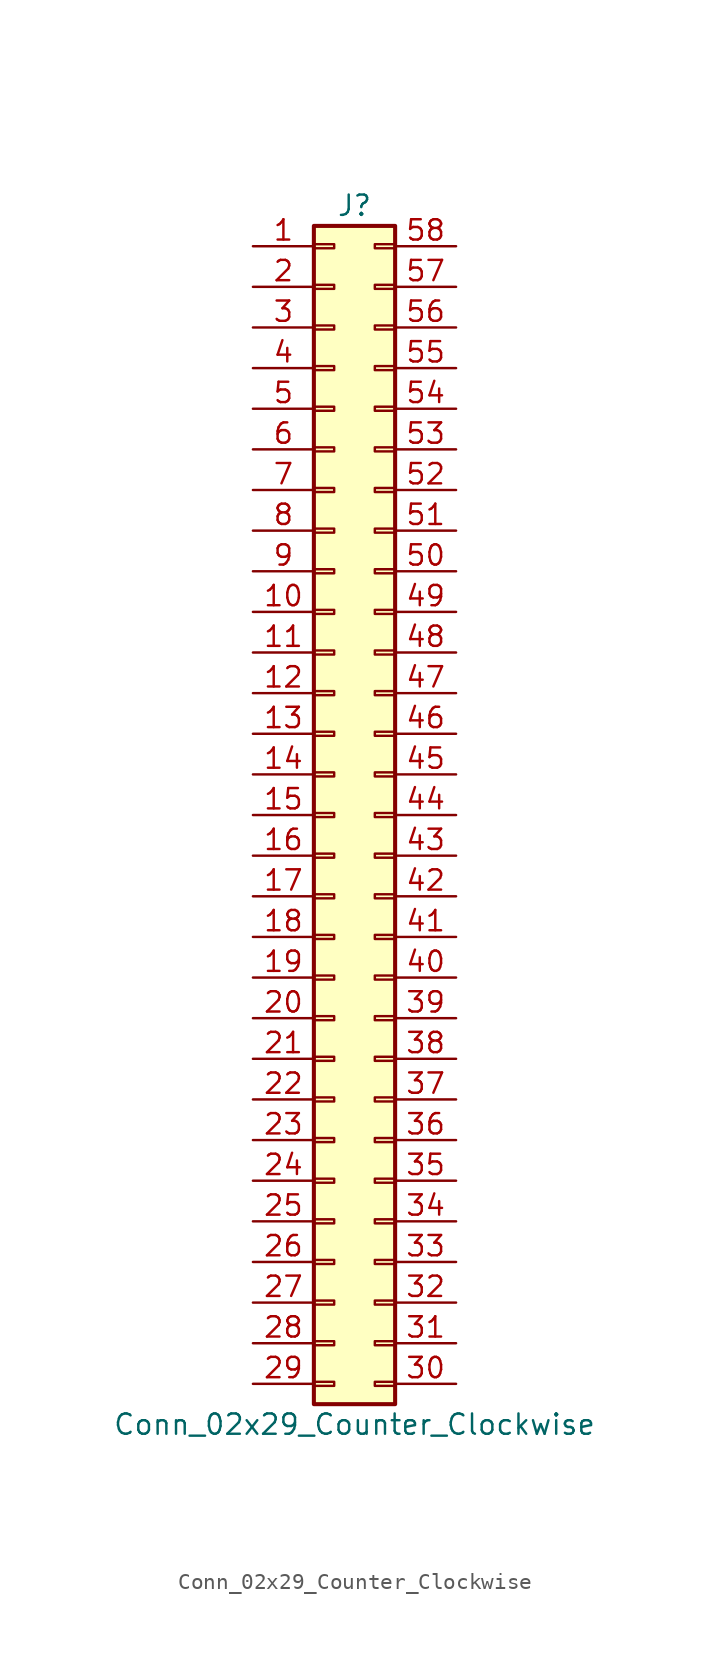
<source format=kicad_sym>
(kicad_symbol_lib
  (version 20220914)
  (generator kicad_symbol_editor)
  (symbol "Conn_02x29_Counter_Clockwise"
    (pin_names
      (offset 1.016) hide)
    (property "Reference" "J"
      (at 1.27 38.1 0)
      (effects (font (size 1.27 1.27))))
    (property "Value" "Conn_02x29_Counter_Clockwise"
      (at 1.27 -38.1 0)
      (effects (font (size 1.27 1.27))))
    (symbol "Conn_02x29_Counter_Clockwise_1_1"
      (rectangle (start -1.27 -35.433) (end 0 -35.687) (stroke (width 0.152) (type default)) (fill (type none)))
      (rectangle (start -1.27 -32.893) (end 0 -33.147) (stroke (width 0.152) (type default)) (fill (type none)))
      (rectangle (start -1.27 -30.353) (end 0 -30.607) (stroke (width 0.152) (type default)) (fill (type none)))
      (rectangle (start -1.27 -27.813) (end 0 -28.067) (stroke (width 0.152) (type default)) (fill (type none)))
      (rectangle (start -1.27 -25.273) (end 0 -25.527) (stroke (width 0.152) (type default)) (fill (type none)))
      (rectangle (start -1.27 -22.733) (end 0 -22.987) (stroke (width 0.152) (type default)) (fill (type none)))
      (rectangle (start -1.27 -20.193) (end 0 -20.447) (stroke (width 0.152) (type default)) (fill (type none)))
      (rectangle (start -1.27 -17.653) (end 0 -17.907) (stroke (width 0.152) (type default)) (fill (type none)))
      (rectangle (start -1.27 -15.113) (end 0 -15.367) (stroke (width 0.152) (type default)) (fill (type none)))
      (rectangle (start -1.27 -12.573) (end 0 -12.827) (stroke (width 0.152) (type default)) (fill (type none)))
      (rectangle (start -1.27 -10.033) (end 0 -10.287) (stroke (width 0.152) (type default)) (fill (type none)))
      (rectangle (start -1.27 -7.493) (end 0 -7.747) (stroke (width 0.152) (type default)) (fill (type none)))
      (rectangle (start -1.27 -4.953) (end 0 -5.207) (stroke (width 0.152) (type default)) (fill (type none)))
      (rectangle (start -1.27 -2.413) (end 0 -2.667) (stroke (width 0.152) (type default)) (fill (type none)))
      (rectangle (start -1.27 0.127) (end 0 -0.127) (stroke (width 0.152) (type default)) (fill (type none)))
      (rectangle (start -1.27 2.667) (end 0 2.413) (stroke (width 0.152) (type default)) (fill (type none)))
      (rectangle (start -1.27 5.207) (end 0 4.953) (stroke (width 0.152) (type default)) (fill (type none)))
      (rectangle (start -1.27 7.747) (end 0 7.493) (stroke (width 0.152) (type default)) (fill (type none)))
      (rectangle (start -1.27 10.287) (end 0 10.033) (stroke (width 0.152) (type default)) (fill (type none)))
      (rectangle (start -1.27 12.827) (end 0 12.573) (stroke (width 0.152) (type default)) (fill (type none)))
      (rectangle (start -1.27 15.367) (end 0 15.113) (stroke (width 0.152) (type default)) (fill (type none)))
      (rectangle (start -1.27 17.907) (end 0 17.653) (stroke (width 0.152) (type default)) (fill (type none)))
      (rectangle (start -1.27 20.447) (end 0 20.193) (stroke (width 0.152) (type default)) (fill (type none)))
      (rectangle (start -1.27 22.987) (end 0 22.733) (stroke (width 0.152) (type default)) (fill (type none)))
      (rectangle (start -1.27 25.527) (end 0 25.273) (stroke (width 0.152) (type default)) (fill (type none)))
      (rectangle (start -1.27 28.067) (end 0 27.813) (stroke (width 0.152) (type default)) (fill (type none)))
      (rectangle (start -1.27 30.607) (end 0 30.353) (stroke (width 0.152) (type default)) (fill (type none)))
      (rectangle (start -1.27 33.147) (end 0 32.893) (stroke (width 0.152) (type default)) (fill (type none)))
      (rectangle (start -1.27 35.687) (end 0 35.433) (stroke (width 0.152) (type default)) (fill (type none)))
      (rectangle (start -1.27 36.83) (end 3.81 -36.83) (stroke (width 0.254) (type default)) (fill (type background)))
      (rectangle (start 3.81 -35.433) (end 2.54 -35.687) (stroke (width 0.152) (type default)) (fill (type none)))
      (rectangle (start 3.81 -32.893) (end 2.54 -33.147) (stroke (width 0.152) (type default)) (fill (type none)))
      (rectangle (start 3.81 -30.353) (end 2.54 -30.607) (stroke (width 0.152) (type default)) (fill (type none)))
      (rectangle (start 3.81 -27.813) (end 2.54 -28.067) (stroke (width 0.152) (type default)) (fill (type none)))
      (rectangle (start 3.81 -25.273) (end 2.54 -25.527) (stroke (width 0.152) (type default)) (fill (type none)))
      (rectangle (start 3.81 -22.733) (end 2.54 -22.987) (stroke (width 0.152) (type default)) (fill (type none)))
      (rectangle (start 3.81 -20.193) (end 2.54 -20.447) (stroke (width 0.152) (type default)) (fill (type none)))
      (rectangle (start 3.81 -17.653) (end 2.54 -17.907) (stroke (width 0.152) (type default)) (fill (type none)))
      (rectangle (start 3.81 -15.113) (end 2.54 -15.367) (stroke (width 0.152) (type default)) (fill (type none)))
      (rectangle (start 3.81 -12.573) (end 2.54 -12.827) (stroke (width 0.152) (type default)) (fill (type none)))
      (rectangle (start 3.81 -10.033) (end 2.54 -10.287) (stroke (width 0.152) (type default)) (fill (type none)))
      (rectangle (start 3.81 -7.493) (end 2.54 -7.747) (stroke (width 0.152) (type default)) (fill (type none)))
      (rectangle (start 3.81 -4.953) (end 2.54 -5.207) (stroke (width 0.152) (type default)) (fill (type none)))
      (rectangle (start 3.81 -2.413) (end 2.54 -2.667) (stroke (width 0.152) (type default)) (fill (type none)))
      (rectangle (start 3.81 0.127) (end 2.54 -0.127) (stroke (width 0.152) (type default)) (fill (type none)))
      (rectangle (start 3.81 2.667) (end 2.54 2.413) (stroke (width 0.152) (type default)) (fill (type none)))
      (rectangle (start 3.81 5.207) (end 2.54 4.953) (stroke (width 0.152) (type default)) (fill (type none)))
      (rectangle (start 3.81 7.747) (end 2.54 7.493) (stroke (width 0.152) (type default)) (fill (type none)))
      (rectangle (start 3.81 10.287) (end 2.54 10.033) (stroke (width 0.152) (type default)) (fill (type none)))
      (rectangle (start 3.81 12.827) (end 2.54 12.573) (stroke (width 0.152) (type default)) (fill (type none)))
      (rectangle (start 3.81 15.367) (end 2.54 15.113) (stroke (width 0.152) (type default)) (fill (type none)))
      (rectangle (start 3.81 17.907) (end 2.54 17.653) (stroke (width 0.152) (type default)) (fill (type none)))
      (rectangle (start 3.81 20.447) (end 2.54 20.193) (stroke (width 0.152) (type default)) (fill (type none)))
      (rectangle (start 3.81 22.987) (end 2.54 22.733) (stroke (width 0.152) (type default)) (fill (type none)))
      (rectangle (start 3.81 25.527) (end 2.54 25.273) (stroke (width 0.152) (type default)) (fill (type none)))
      (rectangle (start 3.81 28.067) (end 2.54 27.813) (stroke (width 0.152) (type default)) (fill (type none)))
      (rectangle (start 3.81 30.607) (end 2.54 30.353) (stroke (width 0.152) (type default)) (fill (type none)))
      (rectangle (start 3.81 33.147) (end 2.54 32.893) (stroke (width 0.152) (type default)) (fill (type none)))
      (rectangle (start 3.81 35.687) (end 2.54 35.433) (stroke (width 0.152) (type default)) (fill (type none)))
      (pin passive line (at -5.08 35.56 0) (length 3.81) (name "Pin_1" (effects (font (size 1.27 1.27)))) (number "1" (effects (font (size 1.27 1.27)))))
      (pin passive line (at -5.08 12.7 0) (length 3.81) (name "Pin_10" (effects (font (size 1.27 1.27)))) (number "10" (effects (font (size 1.27 1.27)))))
      (pin passive line (at -5.08 10.16 0) (length 3.81) (name "Pin_11" (effects (font (size 1.27 1.27)))) (number "11" (effects (font (size 1.27 1.27)))))
      (pin passive line (at -5.08 7.62 0) (length 3.81) (name "Pin_12" (effects (font (size 1.27 1.27)))) (number "12" (effects (font (size 1.27 1.27)))))
      (pin passive line (at -5.08 5.08 0) (length 3.81) (name "Pin_13" (effects (font (size 1.27 1.27)))) (number "13" (effects (font (size 1.27 1.27)))))
      (pin passive line (at -5.08 2.54 0) (length 3.81) (name "Pin_14" (effects (font (size 1.27 1.27)))) (number "14" (effects (font (size 1.27 1.27)))))
      (pin passive line (at -5.08 0 0) (length 3.81) (name "Pin_15" (effects (font (size 1.27 1.27)))) (number "15" (effects (font (size 1.27 1.27)))))
      (pin passive line (at -5.08 -2.54 0) (length 3.81) (name "Pin_16" (effects (font (size 1.27 1.27)))) (number "16" (effects (font (size 1.27 1.27)))))
      (pin passive line (at -5.08 -5.08 0) (length 3.81) (name "Pin_17" (effects (font (size 1.27 1.27)))) (number "17" (effects (font (size 1.27 1.27)))))
      (pin passive line (at -5.08 -7.62 0) (length 3.81) (name "Pin_18" (effects (font (size 1.27 1.27)))) (number "18" (effects (font (size 1.27 1.27)))))
      (pin passive line (at -5.08 -10.16 0) (length 3.81) (name "Pin_19" (effects (font (size 1.27 1.27)))) (number "19" (effects (font (size 1.27 1.27)))))
      (pin passive line (at -5.08 33.02 0) (length 3.81) (name "Pin_2" (effects (font (size 1.27 1.27)))) (number "2" (effects (font (size 1.27 1.27)))))
      (pin passive line (at -5.08 -12.7 0) (length 3.81) (name "Pin_20" (effects (font (size 1.27 1.27)))) (number "20" (effects (font (size 1.27 1.27)))))
      (pin passive line (at -5.08 -15.24 0) (length 3.81) (name "Pin_21" (effects (font (size 1.27 1.27)))) (number "21" (effects (font (size 1.27 1.27)))))
      (pin passive line (at -5.08 -17.78 0) (length 3.81) (name "Pin_22" (effects (font (size 1.27 1.27)))) (number "22" (effects (font (size 1.27 1.27)))))
      (pin passive line (at -5.08 -20.32 0) (length 3.81) (name "Pin_23" (effects (font (size 1.27 1.27)))) (number "23" (effects (font (size 1.27 1.27)))))
      (pin passive line (at -5.08 -22.86 0) (length 3.81) (name "Pin_24" (effects (font (size 1.27 1.27)))) (number "24" (effects (font (size 1.27 1.27)))))
      (pin passive line (at -5.08 -25.4 0) (length 3.81) (name "Pin_25" (effects (font (size 1.27 1.27)))) (number "25" (effects (font (size 1.27 1.27)))))
      (pin passive line (at -5.08 -27.94 0) (length 3.81) (name "Pin_26" (effects (font (size 1.27 1.27)))) (number "26" (effects (font (size 1.27 1.27)))))
      (pin passive line (at -5.08 -30.48 0) (length 3.81) (name "Pin_27" (effects (font (size 1.27 1.27)))) (number "27" (effects (font (size 1.27 1.27)))))
      (pin passive line (at -5.08 -33.02 0) (length 3.81) (name "Pin_28" (effects (font (size 1.27 1.27)))) (number "28" (effects (font (size 1.27 1.27)))))
      (pin passive line (at -5.08 -35.56 0) (length 3.81) (name "Pin_29" (effects (font (size 1.27 1.27)))) (number "29" (effects (font (size 1.27 1.27)))))
      (pin passive line (at -5.08 30.48 0) (length 3.81) (name "Pin_3" (effects (font (size 1.27 1.27)))) (number "3" (effects (font (size 1.27 1.27)))))
      (pin passive line (at 7.62 -35.56 180) (length 3.81) (name "Pin_30" (effects (font (size 1.27 1.27)))) (number "30" (effects (font (size 1.27 1.27)))))
      (pin passive line (at 7.62 -33.02 180) (length 3.81) (name "Pin_31" (effects (font (size 1.27 1.27)))) (number "31" (effects (font (size 1.27 1.27)))))
      (pin passive line (at 7.62 -30.48 180) (length 3.81) (name "Pin_32" (effects (font (size 1.27 1.27)))) (number "32" (effects (font (size 1.27 1.27)))))
      (pin passive line (at 7.62 -27.94 180) (length 3.81) (name "Pin_33" (effects (font (size 1.27 1.27)))) (number "33" (effects (font (size 1.27 1.27)))))
      (pin passive line (at 7.62 -25.4 180) (length 3.81) (name "Pin_34" (effects (font (size 1.27 1.27)))) (number "34" (effects (font (size 1.27 1.27)))))
      (pin passive line (at 7.62 -22.86 180) (length 3.81) (name "Pin_35" (effects (font (size 1.27 1.27)))) (number "35" (effects (font (size 1.27 1.27)))))
      (pin passive line (at 7.62 -20.32 180) (length 3.81) (name "Pin_36" (effects (font (size 1.27 1.27)))) (number "36" (effects (font (size 1.27 1.27)))))
      (pin passive line (at 7.62 -17.78 180) (length 3.81) (name "Pin_37" (effects (font (size 1.27 1.27)))) (number "37" (effects (font (size 1.27 1.27)))))
      (pin passive line (at 7.62 -15.24 180) (length 3.81) (name "Pin_38" (effects (font (size 1.27 1.27)))) (number "38" (effects (font (size 1.27 1.27)))))
      (pin passive line (at 7.62 -12.7 180) (length 3.81) (name "Pin_39" (effects (font (size 1.27 1.27)))) (number "39" (effects (font (size 1.27 1.27)))))
      (pin passive line (at -5.08 27.94 0) (length 3.81) (name "Pin_4" (effects (font (size 1.27 1.27)))) (number "4" (effects (font (size 1.27 1.27)))))
      (pin passive line (at 7.62 -10.16 180) (length 3.81) (name "Pin_40" (effects (font (size 1.27 1.27)))) (number "40" (effects (font (size 1.27 1.27)))))
      (pin passive line (at 7.62 -7.62 180) (length 3.81) (name "Pin_41" (effects (font (size 1.27 1.27)))) (number "41" (effects (font (size 1.27 1.27)))))
      (pin passive line (at 7.62 -5.08 180) (length 3.81) (name "Pin_42" (effects (font (size 1.27 1.27)))) (number "42" (effects (font (size 1.27 1.27)))))
      (pin passive line (at 7.62 -2.54 180) (length 3.81) (name "Pin_43" (effects (font (size 1.27 1.27)))) (number "43" (effects (font (size 1.27 1.27)))))
      (pin passive line (at 7.62 0 180) (length 3.81) (name "Pin_44" (effects (font (size 1.27 1.27)))) (number "44" (effects (font (size 1.27 1.27)))))
      (pin passive line (at 7.62 2.54 180) (length 3.81) (name "Pin_45" (effects (font (size 1.27 1.27)))) (number "45" (effects (font (size 1.27 1.27)))))
      (pin passive line (at 7.62 5.08 180) (length 3.81) (name "Pin_46" (effects (font (size 1.27 1.27)))) (number "46" (effects (font (size 1.27 1.27)))))
      (pin passive line (at 7.62 7.62 180) (length 3.81) (name "Pin_47" (effects (font (size 1.27 1.27)))) (number "47" (effects (font (size 1.27 1.27)))))
      (pin passive line (at 7.62 10.16 180) (length 3.81) (name "Pin_48" (effects (font (size 1.27 1.27)))) (number "48" (effects (font (size 1.27 1.27)))))
      (pin passive line (at 7.62 12.7 180) (length 3.81) (name "Pin_49" (effects (font (size 1.27 1.27)))) (number "49" (effects (font (size 1.27 1.27)))))
      (pin passive line (at -5.08 25.4 0) (length 3.81) (name "Pin_5" (effects (font (size 1.27 1.27)))) (number "5" (effects (font (size 1.27 1.27)))))
      (pin passive line (at 7.62 15.24 180) (length 3.81) (name "Pin_50" (effects (font (size 1.27 1.27)))) (number "50" (effects (font (size 1.27 1.27)))))
      (pin passive line (at 7.62 17.78 180) (length 3.81) (name "Pin_51" (effects (font (size 1.27 1.27)))) (number "51" (effects (font (size 1.27 1.27)))))
      (pin passive line (at 7.62 20.32 180) (length 3.81) (name "Pin_52" (effects (font (size 1.27 1.27)))) (number "52" (effects (font (size 1.27 1.27)))))
      (pin passive line (at 7.62 22.86 180) (length 3.81) (name "Pin_53" (effects (font (size 1.27 1.27)))) (number "53" (effects (font (size 1.27 1.27)))))
      (pin passive line (at 7.62 25.4 180) (length 3.81) (name "Pin_54" (effects (font (size 1.27 1.27)))) (number "54" (effects (font (size 1.27 1.27)))))
      (pin passive line (at 7.62 27.94 180) (length 3.81) (name "Pin_55" (effects (font (size 1.27 1.27)))) (number "55" (effects (font (size 1.27 1.27)))))
      (pin passive line (at 7.62 30.48 180) (length 3.81) (name "Pin_56" (effects (font (size 1.27 1.27)))) (number "56" (effects (font (size 1.27 1.27)))))
      (pin passive line (at 7.62 33.02 180) (length 3.81) (name "Pin_57" (effects (font (size 1.27 1.27)))) (number "57" (effects (font (size 1.27 1.27)))))
      (pin passive line (at 7.62 35.56 180) (length 3.81) (name "Pin_58" (effects (font (size 1.27 1.27)))) (number "58" (effects (font (size 1.27 1.27)))))
      (pin passive line (at -5.08 22.86 0) (length 3.81) (name "Pin_6" (effects (font (size 1.27 1.27)))) (number "6" (effects (font (size 1.27 1.27)))))
      (pin passive line (at -5.08 20.32 0) (length 3.81) (name "Pin_7" (effects (font (size 1.27 1.27)))) (number "7" (effects (font (size 1.27 1.27)))))
      (pin passive line (at -5.08 17.78 0) (length 3.81) (name "Pin_8" (effects (font (size 1.27 1.27)))) (number "8" (effects (font (size 1.27 1.27)))))
      (pin passive line (at -5.08 15.24 0) (length 3.81) (name "Pin_9" (effects (font (size 1.27 1.27)))) (number "9" (effects (font (size 1.27 1.27))))))))
</source>
